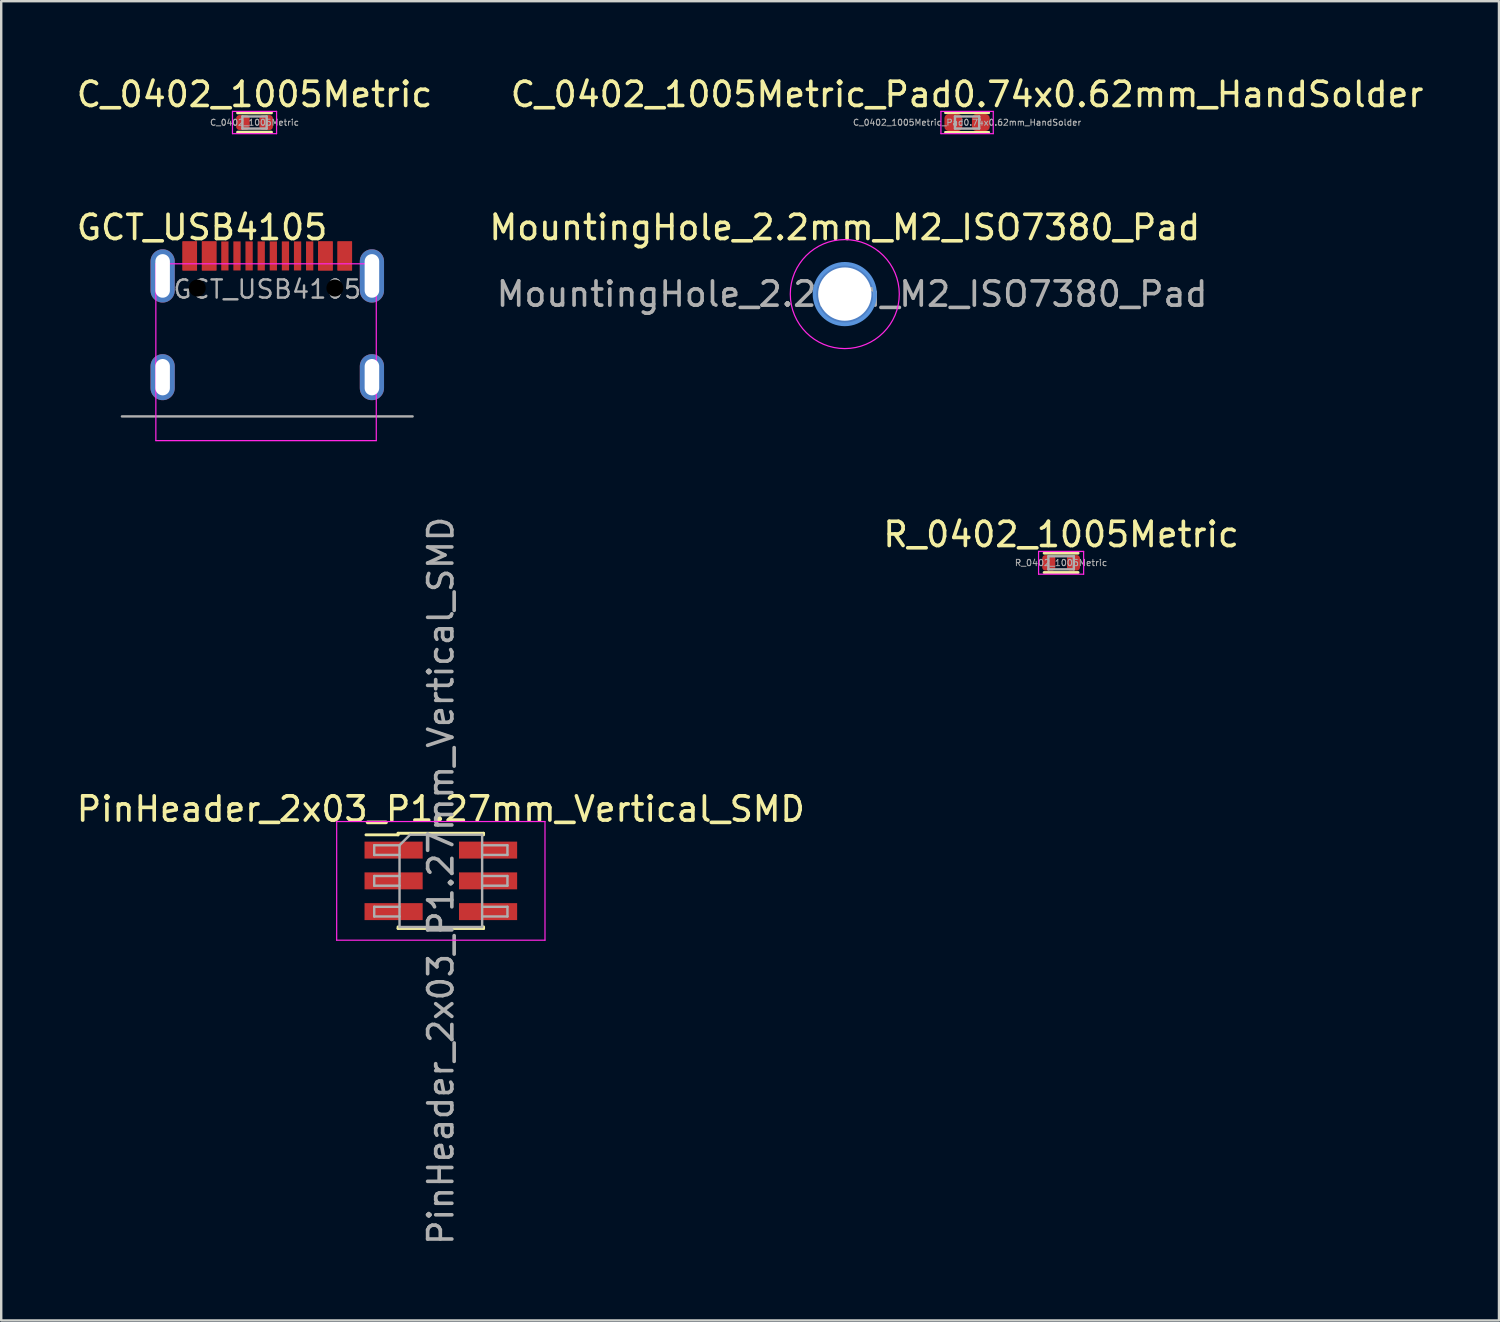
<source format=kicad_pcb>
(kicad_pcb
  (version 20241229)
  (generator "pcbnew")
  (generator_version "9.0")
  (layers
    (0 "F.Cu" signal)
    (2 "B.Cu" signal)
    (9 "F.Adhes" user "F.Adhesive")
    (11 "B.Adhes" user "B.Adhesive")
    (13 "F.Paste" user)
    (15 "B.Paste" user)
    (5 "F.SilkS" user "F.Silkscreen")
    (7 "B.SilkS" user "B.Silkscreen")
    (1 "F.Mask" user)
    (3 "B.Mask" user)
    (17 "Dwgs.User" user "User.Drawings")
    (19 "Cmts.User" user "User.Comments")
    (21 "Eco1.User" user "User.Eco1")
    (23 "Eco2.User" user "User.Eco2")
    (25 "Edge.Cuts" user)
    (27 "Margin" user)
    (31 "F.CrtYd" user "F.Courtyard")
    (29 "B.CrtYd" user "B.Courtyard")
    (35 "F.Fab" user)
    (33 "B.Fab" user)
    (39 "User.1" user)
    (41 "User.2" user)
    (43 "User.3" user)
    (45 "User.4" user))
  (footprint "GCT_USB4105"
    (layer "F.Cu")
    (at 7.984 8.341)
    (property "Reference" "GCT_USB4105" (at -2.692 -2 0) (layer "F.SilkS") (effects (font (size 1 1) (thickness 0.15))))
    (attr smd)
    (fp_line (start -4.6 -0.5) (end 4.5 -0.5) (stroke (width 0.05) (type solid)) (layer "F.CrtYd"))
    (fp_line (start -4.6 6.8) (end -4.6 -0.5) (stroke (width 0.05) (type solid)) (layer "F.CrtYd"))
    (fp_line (start 4.5 -0.5) (end 4.5 6.8) (stroke (width 0.05) (type solid)) (layer "F.CrtYd"))
    (fp_line (start 4.5 6.8) (end -4.6 6.8) (stroke (width 0.05) (type solid)) (layer "F.CrtYd"))
    (fp_line (start -6 5.8) (end 6 5.8) (stroke (width 0.1) (type solid)) (layer "F.Fab"))
    (fp_text user "${REFERENCE}" (at 0 0.552 0) (layer "F.Fab") (effects (font (size 0.75 0.75) (thickness 0.1))))
    (pad "" np_thru_hole circle (at -2.89 0.5 180) (size 0.7 0.7) (drill 0.7) (layers "*.Mask"))
    (pad "" np_thru_hole circle (at 2.79 0.5 180) (size 0.7 0.7) (drill 0.7) (layers "*.Mask"))
    (pad "A1" smd rect (at -3.2 -0.825) (size 0.6 1.2) (layers "F.Cu" "F.Mask" "F.Paste"))
    (pad "A4" smd rect (at -2.4 -0.825) (size 0.6 1.2) (layers "F.Cu" "F.Mask" "F.Paste"))
    (pad "A5" smd rect (at -1.25 -0.825) (size 0.3 1.2) (layers "F.Cu" "F.Mask" "F.Paste"))
    (pad "A6" smd rect (at -0.25 -0.825) (size 0.3 1.2) (layers "F.Cu" "F.Mask" "F.Paste"))
    (pad "A7" smd rect (at 0.25 -0.825) (size 0.3 1.2) (layers "F.Cu" "F.Mask" "F.Paste"))
    (pad "A8" smd rect (at 1.25 -0.825) (size 0.3 1.2) (layers "F.Cu" "F.Mask" "F.Paste"))
    (pad "A9" smd rect (at 2.4 -0.825) (size 0.6 1.2) (layers "F.Cu" "F.Mask" "F.Paste"))
    (pad "A12" smd rect (at 3.2 -0.825) (size 0.6 1.2) (layers "F.Cu" "F.Mask" "F.Paste"))
    (pad "B1" smd rect (at 3.2 -0.825) (size 0.6 1.2) (layers "F.Cu" "F.Mask" "F.Paste"))
    (pad "B4" smd rect (at 2.4 -0.825) (size 0.6 1.2) (layers "F.Cu" "F.Mask" "F.Paste"))
    (pad "B5" smd rect (at 1.75 -0.825) (size 0.3 1.2) (layers "F.Cu" "F.Mask" "F.Paste"))
    (pad "B6" smd rect (at 0.75 -0.825) (size 0.3 1.2) (layers "F.Cu" "F.Mask" "F.Paste"))
    (pad "B7" smd rect (at -0.75 -0.825) (size 0.3 1.2) (layers "F.Cu" "F.Mask" "F.Paste"))
    (pad "B8" smd rect (at -1.75 -0.825) (size 0.3 1.2) (layers "F.Cu" "F.Mask" "F.Paste"))
    (pad "B9" smd rect (at -2.4 -0.825) (size 0.6 1.2) (layers "F.Cu" "F.Mask" "F.Paste"))
    (pad "B12" smd rect (at -3.2 -0.825) (size 0.6 1.2) (layers "F.Cu" "F.Mask" "F.Paste"))
    (pad "S1" thru_hole oval (at -4.32 0 180) (size 1 2.2) (drill oval 0.6 1.8) (layers "*.Cu" "*.Mask") (remove_unused_layers yes) (keep_end_layers yes) (zone_layer_connections))
    (pad "S1" thru_hole oval (at -4.32 4.18 180) (size 1 1.9) (drill oval 0.6 1.5) (layers "*.Cu" "*.Mask") (remove_unused_layers yes) (keep_end_layers yes) (zone_layer_connections))
    (pad "S1" thru_hole oval (at 4.32 0) (size 1 2.2) (drill oval 0.6 1.8) (layers "*.Cu" "*.Mask") (remove_unused_layers yes) (keep_end_layers yes) (zone_layer_connections))
    (pad "S1" thru_hole oval (at 4.32 4.18 180) (size 1 1.9) (drill oval 0.6 1.5) (layers "*.Cu" "*.Mask") (remove_unused_layers yes) (keep_end_layers yes) (zone_layer_connections)))
  (footprint "PinHeader_2x03_P1.27mm_Vertical_SMD"
    (layer "F.Cu")
    (at 15.149 33.315)
    (property "Reference" "PinHeader_2x03_P1.27mm_Vertical_SMD" (at 0 -2.965 0) (layer "F.SilkS") (effects (font (size 1 1) (thickness 0.15))))
    (attr smd)
    (fp_line (start -3.09 -1.9) (end -1.765 -1.9) (stroke (width 0.12) (type solid)) (layer "F.SilkS"))
    (fp_line (start -1.765 -1.965) (end -1.765 -1.9) (stroke (width 0.12) (type solid)) (layer "F.SilkS"))
    (fp_line (start -1.765 -1.965) (end 1.765 -1.965) (stroke (width 0.12) (type solid)) (layer "F.SilkS"))
    (fp_line (start -1.765 1.9) (end -1.765 1.965) (stroke (width 0.12) (type solid)) (layer "F.SilkS"))
    (fp_line (start -1.765 1.965) (end 1.765 1.965) (stroke (width 0.12) (type solid)) (layer "F.SilkS"))
    (fp_line (start 1.765 -1.965) (end 1.765 -1.9) (stroke (width 0.12) (type solid)) (layer "F.SilkS"))
    (fp_line (start 1.765 1.9) (end 1.765 1.965) (stroke (width 0.12) (type solid)) (layer "F.SilkS"))
    (fp_line (start -4.3 -2.45) (end -4.3 2.45) (stroke (width 0.05) (type solid)) (layer "F.CrtYd"))
    (fp_line (start -4.3 2.45) (end 4.3 2.45) (stroke (width 0.05) (type solid)) (layer "F.CrtYd"))
    (fp_line (start 4.3 -2.45) (end -4.3 -2.45) (stroke (width 0.05) (type solid)) (layer "F.CrtYd"))
    (fp_line (start 4.3 2.45) (end 4.3 -2.45) (stroke (width 0.05) (type solid)) (layer "F.CrtYd"))
    (fp_line (start -2.75 -1.47) (end -2.75 -1.07) (stroke (width 0.1) (type solid)) (layer "F.Fab"))
    (fp_line (start -2.75 -1.07) (end -1.705 -1.07) (stroke (width 0.1) (type solid)) (layer "F.Fab"))
    (fp_line (start -2.75 -0.2) (end -2.75 0.2) (stroke (width 0.1) (type solid)) (layer "F.Fab"))
    (fp_line (start -2.75 0.2) (end -1.705 0.2) (stroke (width 0.1) (type solid)) (layer "F.Fab"))
    (fp_line (start -2.75 1.07) (end -2.75 1.47) (stroke (width 0.1) (type solid)) (layer "F.Fab"))
    (fp_line (start -2.75 1.47) (end -1.705 1.47) (stroke (width 0.1) (type solid)) (layer "F.Fab"))
    (fp_line (start -1.705 -1.47) (end -2.75 -1.47) (stroke (width 0.1) (type solid)) (layer "F.Fab"))
    (fp_line (start -1.705 -1.47) (end -1.27 -1.905) (stroke (width 0.1) (type solid)) (layer "F.Fab"))
    (fp_line (start -1.705 -0.2) (end -2.75 -0.2) (stroke (width 0.1) (type solid)) (layer "F.Fab"))
    (fp_line (start -1.705 1.07) (end -2.75 1.07) (stroke (width 0.1) (type solid)) (layer "F.Fab"))
    (fp_line (start -1.705 1.905) (end -1.705 -1.47) (stroke (width 0.1) (type solid)) (layer "F.Fab"))
    (fp_line (start -1.27 -1.905) (end 1.705 -1.905) (stroke (width 0.1) (type solid)) (layer "F.Fab"))
    (fp_line (start 1.705 -1.905) (end 1.705 1.905) (stroke (width 0.1) (type solid)) (layer "F.Fab"))
    (fp_line (start 1.705 -1.47) (end 2.75 -1.47) (stroke (width 0.1) (type solid)) (layer "F.Fab"))
    (fp_line (start 1.705 -0.2) (end 2.75 -0.2) (stroke (width 0.1) (type solid)) (layer "F.Fab"))
    (fp_line (start 1.705 1.07) (end 2.75 1.07) (stroke (width 0.1) (type solid)) (layer "F.Fab"))
    (fp_line (start 1.705 1.905) (end -1.705 1.905) (stroke (width 0.1) (type solid)) (layer "F.Fab"))
    (fp_line (start 2.75 -1.47) (end 2.75 -1.07) (stroke (width 0.1) (type solid)) (layer "F.Fab"))
    (fp_line (start 2.75 -1.07) (end 1.705 -1.07) (stroke (width 0.1) (type solid)) (layer "F.Fab"))
    (fp_line (start 2.75 -0.2) (end 2.75 0.2) (stroke (width 0.1) (type solid)) (layer "F.Fab"))
    (fp_line (start 2.75 0.2) (end 1.705 0.2) (stroke (width 0.1) (type solid)) (layer "F.Fab"))
    (fp_line (start 2.75 1.07) (end 2.75 1.47) (stroke (width 0.1) (type solid)) (layer "F.Fab"))
    (fp_line (start 2.75 1.47) (end 1.705 1.47) (stroke (width 0.1) (type solid)) (layer "F.Fab"))
    (fp_text user "${REFERENCE}" (at 0 0 90) (layer "F.Fab") (effects (font (size 1 1) (thickness 0.15))))
    (pad "1" smd rect (at -1.95 -1.27) (size 2.4 0.7) (layers "F.Cu" "F.Mask" "F.Paste"))
    (pad "2" smd rect (at 1.95 -1.27) (size 2.4 0.7) (layers "F.Cu" "F.Mask" "F.Paste"))
    (pad "3" smd rect (at -1.95 0) (size 2.4 0.7) (layers "F.Cu" "F.Mask" "F.Paste"))
    (pad "4" smd rect (at 1.95 0) (size 2.4 0.7) (layers "F.Cu" "F.Mask" "F.Paste"))
    (pad "5" smd rect (at -1.95 1.27) (size 2.4 0.7) (layers "F.Cu" "F.Mask" "F.Paste"))
    (pad "6" smd rect (at 1.95 1.27) (size 2.4 0.7) (layers "F.Cu" "F.Mask" "F.Paste")))
  (footprint "C_0402_1005Metric"
    (layer "F.Cu")
    (at 7.458 2.008)
    (property "Reference" "C_0402_1005Metric" (at 0 -1.16 0) (layer "F.SilkS") (effects (font (size 1 1) (thickness 0.15))))
    (attr smd)
    (fp_line (start -0.7 -0.4) (end 0.7 -0.4) (stroke (width 0.12) (type solid)) (layer "F.SilkS"))
    (fp_line (start -0.7 0.4) (end 0.7 0.4) (stroke (width 0.12) (type solid)) (layer "F.SilkS"))
    (fp_line (start -0.91 -0.46) (end 0.91 -0.46) (stroke (width 0.05) (type solid)) (layer "F.CrtYd"))
    (fp_line (start -0.91 0.46) (end -0.91 -0.46) (stroke (width 0.05) (type solid)) (layer "F.CrtYd"))
    (fp_line (start 0.91 -0.46) (end 0.91 0.46) (stroke (width 0.05) (type solid)) (layer "F.CrtYd"))
    (fp_line (start 0.91 0.46) (end -0.91 0.46) (stroke (width 0.05) (type solid)) (layer "F.CrtYd"))
    (fp_line (start -0.5 -0.25) (end 0.5 -0.25) (stroke (width 0.1) (type solid)) (layer "F.Fab"))
    (fp_line (start -0.5 0.25) (end -0.5 -0.25) (stroke (width 0.1) (type solid)) (layer "F.Fab"))
    (fp_line (start 0.5 -0.25) (end 0.5 0.25) (stroke (width 0.1) (type solid)) (layer "F.Fab"))
    (fp_line (start 0.5 0.25) (end -0.5 0.25) (stroke (width 0.1) (type solid)) (layer "F.Fab"))
    (fp_text user "${REFERENCE}" (at 0 0 0) (layer "F.Fab") (effects (font (size 0.25 0.25) (thickness 0.04))))
    (pad "1" smd roundrect (at -0.48 0) (size 0.56 0.62) (layers "F.Cu" "F.Mask" "F.Paste") (roundrect_rratio 0.25))
    (pad "2" smd roundrect (at 0.48 0) (size 0.56 0.62) (layers "F.Cu" "F.Mask" "F.Paste") (roundrect_rratio 0.25)))
  (footprint "R_0402_1005Metric"
    (layer "F.Cu")
    (at 40.756 20.185)
    (property "Reference" "R_0402_1005Metric" (at 0 -1.17 0) (layer "F.SilkS") (effects (font (size 1 1) (thickness 0.15))))
    (attr smd)
    (fp_line (start -0.7 -0.4) (end 0.7 -0.4) (stroke (width 0.12) (type solid)) (layer "F.SilkS"))
    (fp_line (start -0.7 0.4) (end 0.7 0.4) (stroke (width 0.12) (type solid)) (layer "F.SilkS"))
    (fp_line (start -0.93 -0.47) (end 0.93 -0.47) (stroke (width 0.05) (type solid)) (layer "F.CrtYd"))
    (fp_line (start -0.93 0.47) (end -0.93 -0.47) (stroke (width 0.05) (type solid)) (layer "F.CrtYd"))
    (fp_line (start 0.93 -0.47) (end 0.93 0.47) (stroke (width 0.05) (type solid)) (layer "F.CrtYd"))
    (fp_line (start 0.93 0.47) (end -0.93 0.47) (stroke (width 0.05) (type solid)) (layer "F.CrtYd"))
    (fp_line (start -0.525 -0.27) (end 0.525 -0.27) (stroke (width 0.1) (type solid)) (layer "F.Fab"))
    (fp_line (start -0.525 0.27) (end -0.525 -0.27) (stroke (width 0.1) (type solid)) (layer "F.Fab"))
    (fp_line (start 0.525 -0.27) (end 0.525 0.27) (stroke (width 0.1) (type solid)) (layer "F.Fab"))
    (fp_line (start 0.525 0.27) (end -0.525 0.27) (stroke (width 0.1) (type solid)) (layer "F.Fab"))
    (fp_text user "${REFERENCE}" (at 0 0 0) (layer "F.Fab") (effects (font (size 0.26 0.26) (thickness 0.04))))
    (pad "1" smd roundrect (at -0.51 0) (size 0.54 0.64) (layers "F.Cu" "F.Mask" "F.Paste") (roundrect_rratio 0.25))
    (pad "2" smd roundrect (at 0.51 0) (size 0.54 0.64) (layers "F.Cu" "F.Mask" "F.Paste") (roundrect_rratio 0.25)))
  (footprint "MountingHole_2.2mm_M2_ISO7380_Pad"
    (layer "F.Cu")
    (at 31.826 9.091)
    (property "Reference" "MountingHole_2.2mm_M2_ISO7380_Pad" (at 0 -2.75 0) (layer "F.SilkS") (effects (font (size 1 1) (thickness 0.15))))
    (attr exclude_from_pos_files exclude_from_bom)
    (fp_circle (center 0 0) (end 1.15 0) (stroke (width 0) (type solid)) (fill yes) (layer "F.Mask"))
    (fp_circle (center 0 0) (end 1.15 0) (stroke (width 0) (type solid)) (fill yes) (layer "B.Mask"))
    (fp_circle (center 0 0) (end 1.25 0) (stroke (width 0.15) (type solid)) (fill no) (layer "Cmts.User"))
    (fp_circle (center 0 0) (end 2.25 0) (stroke (width 0.05) (type solid)) (fill no) (layer "F.CrtYd"))
    (fp_text user "${REFERENCE}" (at 0.3 0 0) (layer "F.Fab") (effects (font (size 1 1) (thickness 0.15))))
    (pad "1" thru_hole circle (at 0 0) (size 2.5 2.5) (drill 2.2) (layers "*.Cu")))
  (footprint "C_0402_1005Metric_Pad0.74x0.62mm_HandSolder"
    (layer "F.Cu")
    (at 36.875 2.008)
    (property "Reference" "C_0402_1005Metric_Pad0.74x0.62mm_HandSolder" (at 0 -1.16 0) (layer "F.SilkS") (effects (font (size 1 1) (thickness 0.15))))
    (attr smd)
    (fp_line (start -0.9 -0.4) (end 0.9 -0.4) (stroke (width 0.1) (type solid)) (layer "F.SilkS"))
    (fp_line (start -0.9 0.4) (end 0.9 0.4) (stroke (width 0.1) (type solid)) (layer "F.SilkS"))
    (fp_line (start -1.08 -0.46) (end 1.08 -0.46) (stroke (width 0.05) (type solid)) (layer "F.CrtYd"))
    (fp_line (start -1.08 0.46) (end -1.08 -0.46) (stroke (width 0.05) (type solid)) (layer "F.CrtYd"))
    (fp_line (start 1.08 -0.46) (end 1.08 0.46) (stroke (width 0.05) (type solid)) (layer "F.CrtYd"))
    (fp_line (start 1.08 0.46) (end -1.08 0.46) (stroke (width 0.05) (type solid)) (layer "F.CrtYd"))
    (fp_line (start -0.5 -0.25) (end 0.5 -0.25) (stroke (width 0.1) (type solid)) (layer "F.Fab"))
    (fp_line (start -0.5 0.25) (end -0.5 -0.25) (stroke (width 0.1) (type solid)) (layer "F.Fab"))
    (fp_line (start 0.5 -0.25) (end 0.5 0.25) (stroke (width 0.1) (type solid)) (layer "F.Fab"))
    (fp_line (start 0.5 0.25) (end -0.5 0.25) (stroke (width 0.1) (type solid)) (layer "F.Fab"))
    (fp_text user "${REFERENCE}" (at 0 0 0) (layer "F.Fab") (effects (font (size 0.25 0.25) (thickness 0.04))))
    (pad "1" smd roundrect (at -0.568 0) (size 0.735 0.7) (layers "F.Cu" "F.Mask" "F.Paste") (roundrect_rratio 0.25))
    (pad "2" smd roundrect (at 0.568 0) (size 0.735 0.7) (layers "F.Cu" "F.Mask" "F.Paste") (roundrect_rratio 0.25)))
  (gr_rect
    (start -3 -3)
    (end 58.833 51.464)
    (stroke (width 0.1) (type default))
    (fill no)
    (layer "Edge.Cuts")))
</source>
